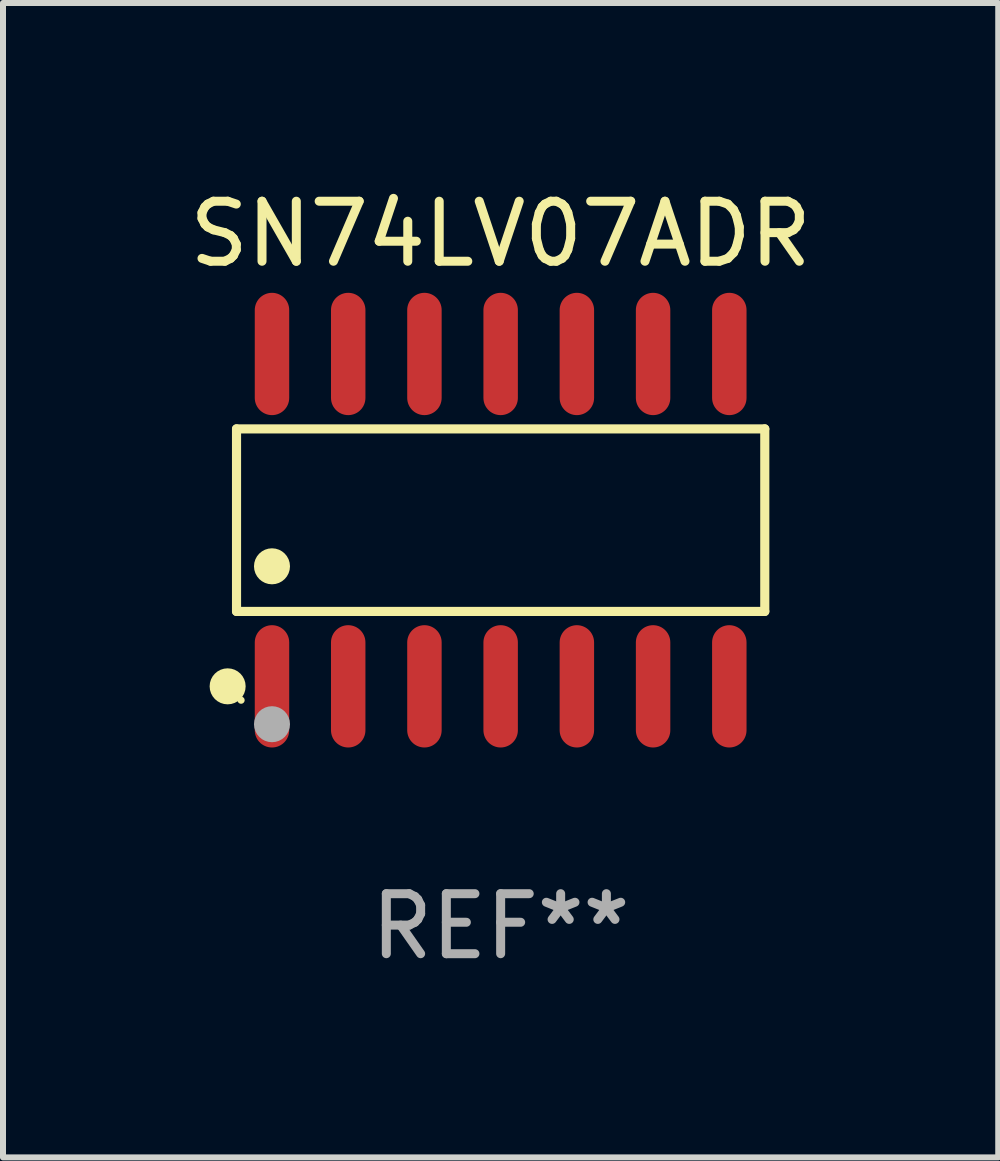
<source format=kicad_pcb>
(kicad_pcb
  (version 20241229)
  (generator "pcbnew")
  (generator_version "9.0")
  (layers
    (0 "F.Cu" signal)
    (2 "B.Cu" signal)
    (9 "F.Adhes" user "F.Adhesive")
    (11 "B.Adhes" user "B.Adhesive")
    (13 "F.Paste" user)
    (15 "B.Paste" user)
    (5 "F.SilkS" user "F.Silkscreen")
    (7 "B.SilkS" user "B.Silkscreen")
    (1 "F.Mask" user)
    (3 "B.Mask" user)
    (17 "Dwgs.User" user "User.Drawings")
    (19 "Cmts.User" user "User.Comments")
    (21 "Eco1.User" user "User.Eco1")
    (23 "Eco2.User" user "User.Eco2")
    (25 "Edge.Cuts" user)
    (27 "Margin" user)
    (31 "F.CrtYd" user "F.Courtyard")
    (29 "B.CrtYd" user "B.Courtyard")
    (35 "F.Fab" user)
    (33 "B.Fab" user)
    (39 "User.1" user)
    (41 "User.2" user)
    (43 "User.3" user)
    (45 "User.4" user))
  (footprint "SN74LV07ADR"
    (layer "F.Cu")
    (at 5.292 5.617)
    (property "Reference" "SN74LV07ADR" (at 0 -4.769 0) (layer "F.SilkS") (effects (font (size 1 1) (thickness 0.15))))
    (attr through_hole)
    (fp_line (start -4.401 -1.521) (end 4.401 -1.521) (stroke (width 0.152) (type solid)) (layer "F.SilkS"))
    (fp_line (start -4.401 1.521) (end -4.401 -1.521) (stroke (width 0.152) (type solid)) (layer "F.SilkS"))
    (fp_line (start 4.401 -1.521) (end 4.401 1.521) (stroke (width 0.152) (type solid)) (layer "F.SilkS"))
    (fp_line (start 4.401 1.521) (end -4.401 1.521) (stroke (width 0.152) (type solid)) (layer "F.SilkS"))
    (fp_circle (center -4.549 2.769) (end -4.399 2.769) (stroke (width 0.3) (type solid)) (fill no) (layer "F.SilkS"))
    (fp_circle (center -4.325 3) (end -4.295 3) (stroke (width 0.06) (type solid)) (fill no) (layer "F.SilkS"))
    (fp_circle (center -3.81 0.769) (end -3.66 0.769) (stroke (width 0.3) (type solid)) (fill no) (layer "F.SilkS"))
    (fp_circle (center -3.81 3.4) (end -3.66 3.4) (stroke (width 0.3) (type solid)) (fill no) (layer "F.Fab"))
    (fp_text user "REF**" (at 0 6.769 0) (layer "F.Fab") (effects (font (size 1 1) (thickness 0.15))))
    (pad "1" smd oval (at -3.81 2.769) (size 0.574 2.038) (layers "F.Cu" "F.Mask" "F.Paste"))
    (pad "2" smd oval (at -2.54 2.769) (size 0.574 2.038) (layers "F.Cu" "F.Mask" "F.Paste"))
    (pad "3" smd oval (at -1.27 2.769) (size 0.574 2.038) (layers "F.Cu" "F.Mask" "F.Paste"))
    (pad "4" smd oval (at 0 2.769) (size 0.574 2.038) (layers "F.Cu" "F.Mask" "F.Paste"))
    (pad "5" smd oval (at 1.27 2.769) (size 0.574 2.038) (layers "F.Cu" "F.Mask" "F.Paste"))
    (pad "6" smd oval (at 2.54 2.769) (size 0.574 2.038) (layers "F.Cu" "F.Mask" "F.Paste"))
    (pad "7" smd oval (at 3.81 2.769) (size 0.574 2.038) (layers "F.Cu" "F.Mask" "F.Paste"))
    (pad "8" smd oval (at 3.81 -2.769) (size 0.574 2.038) (layers "F.Cu" "F.Mask" "F.Paste"))
    (pad "9" smd oval (at 2.54 -2.769) (size 0.574 2.038) (layers "F.Cu" "F.Mask" "F.Paste"))
    (pad "10" smd oval (at 1.27 -2.769) (size 0.574 2.038) (layers "F.Cu" "F.Mask" "F.Paste"))
    (pad "11" smd oval (at 0 -2.769) (size 0.574 2.038) (layers "F.Cu" "F.Mask" "F.Paste"))
    (pad "12" smd oval (at -1.27 -2.769) (size 0.574 2.038) (layers "F.Cu" "F.Mask" "F.Paste"))
    (pad "13" smd oval (at -2.54 -2.769) (size 0.574 2.038) (layers "F.Cu" "F.Mask" "F.Paste"))
    (pad "14" smd oval (at -3.81 -2.769) (size 0.574 2.038) (layers "F.Cu" "F.Mask" "F.Paste")))
  (gr_rect
    (start -3 -3)
    (end 13.583 16.235)
    (stroke (width 0.1) (type default))
    (fill no)
    (layer "Edge.Cuts")))
</source>
